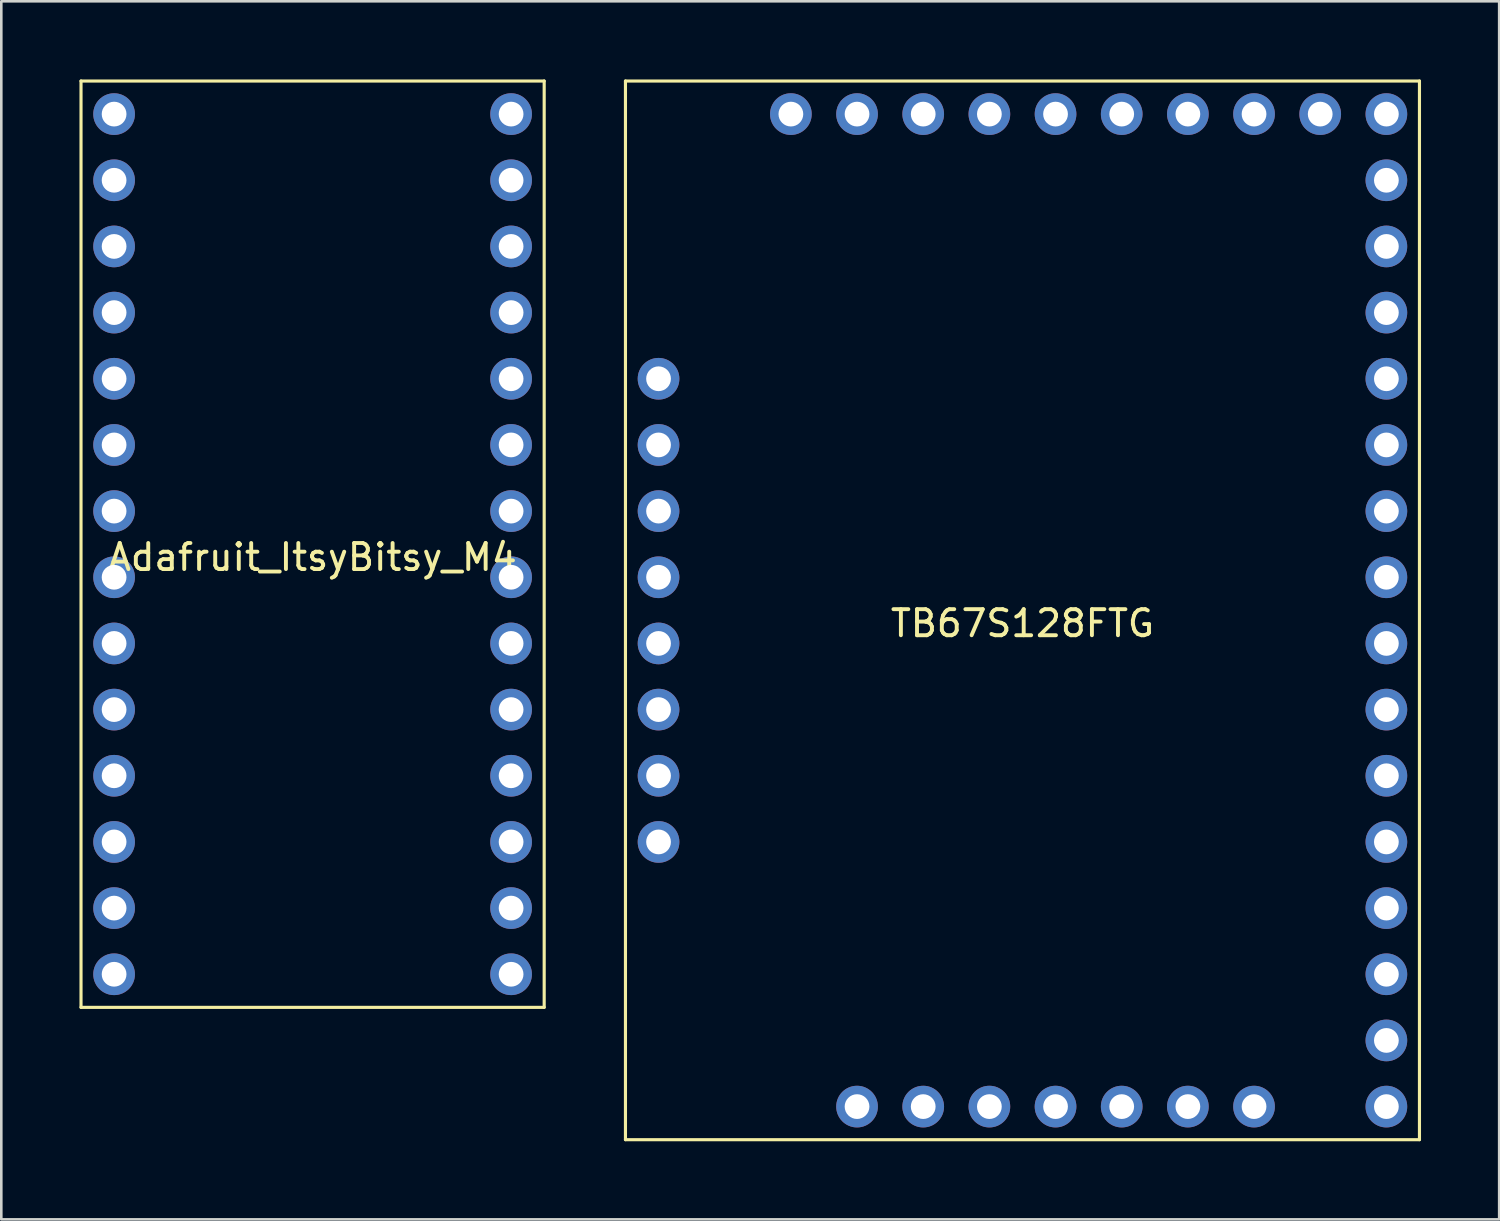
<source format=kicad_pcb>
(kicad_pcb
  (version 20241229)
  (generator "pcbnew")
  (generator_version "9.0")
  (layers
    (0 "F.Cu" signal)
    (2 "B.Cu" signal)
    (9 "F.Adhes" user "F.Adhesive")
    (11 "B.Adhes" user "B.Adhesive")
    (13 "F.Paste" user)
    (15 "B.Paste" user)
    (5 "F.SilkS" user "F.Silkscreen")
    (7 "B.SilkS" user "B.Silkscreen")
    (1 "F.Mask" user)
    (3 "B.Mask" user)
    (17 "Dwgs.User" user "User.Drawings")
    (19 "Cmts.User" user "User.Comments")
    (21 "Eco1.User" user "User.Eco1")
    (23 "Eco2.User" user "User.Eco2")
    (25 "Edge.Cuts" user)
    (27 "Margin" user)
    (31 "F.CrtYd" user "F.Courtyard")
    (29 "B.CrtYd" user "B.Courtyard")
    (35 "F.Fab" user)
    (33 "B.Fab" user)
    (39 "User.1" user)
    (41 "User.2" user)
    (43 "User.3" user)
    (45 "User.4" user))
  (footprint "TB67S128FTG"
    (layer "F.Cu")
    (at 36.2 3.87)
    (property "Reference" "TB67S128FTG" (at 0 17.01 0) (layer "F.SilkS") (effects (font (size 1 1) (thickness 0.15))))
    (attr through_hole)
    (fp_line (start -15.24 -3.81) (end 15.24 -3.81) (stroke (width 0.12) (type solid)) (layer "F.SilkS"))
    (fp_line (start -15.24 36.83) (end -15.24 -3.81) (stroke (width 0.12) (type solid)) (layer "F.SilkS"))
    (fp_line (start 15.24 -3.81) (end 15.24 36.83) (stroke (width 0.12) (type solid)) (layer "F.SilkS"))
    (fp_line (start 15.24 36.83) (end -15.24 36.83) (stroke (width 0.12) (type solid)) (layer "F.SilkS"))
    (pad "1" thru_hole circle (at -8.89 -2.54) (size 1.6 1.6) (drill 0.95) (layers "*.Cu" "*.Mask"))
    (pad "2" thru_hole circle (at -6.35 -2.54) (size 1.6 1.6) (drill 0.95) (layers "*.Cu" "*.Mask"))
    (pad "3" thru_hole circle (at -3.81 -2.54) (size 1.6 1.6) (drill 0.95) (layers "*.Cu" "*.Mask"))
    (pad "4" thru_hole circle (at -1.27 -2.54) (size 1.6 1.6) (drill 0.95) (layers "*.Cu" "*.Mask"))
    (pad "5" thru_hole circle (at 1.27 -2.54) (size 1.6 1.6) (drill 0.95) (layers "*.Cu" "*.Mask"))
    (pad "6" thru_hole circle (at 3.81 -2.54) (size 1.6 1.6) (drill 0.95) (layers "*.Cu" "*.Mask"))
    (pad "7" thru_hole circle (at 6.35 -2.54) (size 1.6 1.6) (drill 0.95) (layers "*.Cu" "*.Mask"))
    (pad "8" thru_hole circle (at 8.89 -2.54) (size 1.6 1.6) (drill 0.95) (layers "*.Cu" "*.Mask"))
    (pad "9" thru_hole circle (at 11.43 -2.54) (size 1.6 1.6) (drill 0.95) (layers "*.Cu" "*.Mask"))
    (pad "10" thru_hole circle (at 13.97 -2.54) (size 1.6 1.6) (drill 0.95) (layers "*.Cu" "*.Mask"))
    (pad "11" thru_hole circle (at 13.97 0) (size 1.6 1.6) (drill 0.95) (layers "*.Cu" "*.Mask"))
    (pad "12" thru_hole circle (at 13.97 2.54) (size 1.6 1.6) (drill 0.95) (layers "*.Cu" "*.Mask"))
    (pad "13" thru_hole circle (at 13.97 5.08) (size 1.6 1.6) (drill 0.95) (layers "*.Cu" "*.Mask"))
    (pad "14" thru_hole circle (at 13.97 7.62) (size 1.6 1.6) (drill 0.95) (layers "*.Cu" "*.Mask"))
    (pad "15" thru_hole circle (at 13.97 10.16) (size 1.6 1.6) (drill 0.95) (layers "*.Cu" "*.Mask"))
    (pad "16" thru_hole circle (at 13.97 12.7) (size 1.6 1.6) (drill 0.95) (layers "*.Cu" "*.Mask"))
    (pad "17" thru_hole circle (at 13.97 15.24) (size 1.6 1.6) (drill 0.95) (layers "*.Cu" "*.Mask"))
    (pad "18" thru_hole circle (at 13.97 17.78) (size 1.6 1.6) (drill 0.95) (layers "*.Cu" "*.Mask"))
    (pad "19" thru_hole circle (at 13.97 20.32) (size 1.6 1.6) (drill 0.95) (layers "*.Cu" "*.Mask"))
    (pad "20" thru_hole circle (at 13.97 22.86) (size 1.6 1.6) (drill 0.95) (layers "*.Cu" "*.Mask"))
    (pad "21" thru_hole circle (at 13.97 25.4) (size 1.6 1.6) (drill 0.95) (layers "*.Cu" "*.Mask"))
    (pad "22" thru_hole circle (at 13.97 27.94) (size 1.6 1.6) (drill 0.95) (layers "*.Cu" "*.Mask"))
    (pad "23" thru_hole circle (at 13.97 30.48) (size 1.6 1.6) (drill 0.95) (layers "*.Cu" "*.Mask"))
    (pad "24" thru_hole circle (at 13.97 33.02) (size 1.6 1.6) (drill 0.95) (layers "*.Cu" "*.Mask"))
    (pad "25" thru_hole circle (at 13.97 35.56) (size 1.6 1.6) (drill 0.95) (layers "*.Cu" "*.Mask"))
    (pad "26" thru_hole circle (at 8.89 35.56) (size 1.6 1.6) (drill 0.95) (layers "*.Cu" "*.Mask"))
    (pad "27" thru_hole circle (at 6.35 35.56) (size 1.6 1.6) (drill 0.95) (layers "*.Cu" "*.Mask"))
    (pad "28" thru_hole circle (at 3.81 35.56) (size 1.6 1.6) (drill 0.95) (layers "*.Cu" "*.Mask"))
    (pad "29" thru_hole circle (at 1.27 35.56) (size 1.6 1.6) (drill 0.95) (layers "*.Cu" "*.Mask"))
    (pad "30" thru_hole circle (at -1.27 35.56) (size 1.6 1.6) (drill 0.95) (layers "*.Cu" "*.Mask"))
    (pad "31" thru_hole circle (at -3.81 35.56) (size 1.6 1.6) (drill 0.95) (layers "*.Cu" "*.Mask"))
    (pad "32" thru_hole circle (at -6.35 35.56) (size 1.6 1.6) (drill 0.95) (layers "*.Cu" "*.Mask"))
    (pad "33" thru_hole circle (at -13.97 25.4) (size 1.6 1.6) (drill 0.95) (layers "*.Cu" "*.Mask"))
    (pad "34" thru_hole circle (at -13.97 22.86) (size 1.6 1.6) (drill 0.95) (layers "*.Cu" "*.Mask"))
    (pad "35" thru_hole circle (at -13.97 20.32) (size 1.6 1.6) (drill 0.95) (layers "*.Cu" "*.Mask"))
    (pad "36" thru_hole circle (at -13.97 17.78) (size 1.6 1.6) (drill 0.95) (layers "*.Cu" "*.Mask"))
    (pad "37" thru_hole circle (at -13.97 15.24) (size 1.6 1.6) (drill 0.95) (layers "*.Cu" "*.Mask"))
    (pad "38" thru_hole circle (at -13.97 12.7) (size 1.6 1.6) (drill 0.95) (layers "*.Cu" "*.Mask"))
    (pad "39" thru_hole circle (at -13.97 10.16) (size 1.6 1.6) (drill 0.95) (layers "*.Cu" "*.Mask"))
    (pad "40" thru_hole circle (at -13.97 7.62) (size 1.6 1.6) (drill 0.95) (layers "*.Cu" "*.Mask")))
  (footprint "Adafruit_ItsyBitsy_M4"
    (layer "F.Cu")
    (at 8.95 17.84)
    (property "Reference" "Adafruit_ItsyBitsy_M4" (at 0 0.5 0) (layer "F.SilkS") (effects (font (size 1 1) (thickness 0.15))))
    (attr through_hole)
    (fp_line (start -8.89 -17.78) (end -8.89 17.78) (stroke (width 0.12) (type solid)) (layer "F.SilkS"))
    (fp_line (start -8.89 -17.78) (end 8.89 -17.78) (stroke (width 0.12) (type solid)) (layer "F.SilkS"))
    (fp_line (start -8.89 17.78) (end 8.89 17.78) (stroke (width 0.12) (type solid)) (layer "F.SilkS"))
    (fp_line (start 8.89 -17.78) (end 8.89 17.78) (stroke (width 0.12) (type solid)) (layer "F.SilkS"))
    (pad "1" thru_hole circle (at -7.62 -16.51) (size 1.6 1.6) (drill 0.95) (layers "*.Cu" "*.Mask"))
    (pad "2" thru_hole circle (at -7.62 -13.97) (size 1.6 1.6) (drill 0.95) (layers "*.Cu" "*.Mask"))
    (pad "3" thru_hole circle (at -7.62 -11.43) (size 1.6 1.6) (drill 0.95) (layers "*.Cu" "*.Mask"))
    (pad "4" thru_hole circle (at -7.62 -8.89) (size 1.6 1.6) (drill 0.95) (layers "*.Cu" "*.Mask"))
    (pad "5" thru_hole circle (at -7.62 -6.35) (size 1.6 1.6) (drill 0.95) (layers "*.Cu" "*.Mask"))
    (pad "6" thru_hole circle (at -7.62 -3.81) (size 1.6 1.6) (drill 0.95) (layers "*.Cu" "*.Mask"))
    (pad "7" thru_hole circle (at -7.62 -1.27) (size 1.6 1.6) (drill 0.95) (layers "*.Cu" "*.Mask"))
    (pad "8" thru_hole circle (at -7.62 1.27) (size 1.6 1.6) (drill 0.95) (layers "*.Cu" "*.Mask"))
    (pad "9" thru_hole circle (at -7.62 3.81) (size 1.6 1.6) (drill 0.95) (layers "*.Cu" "*.Mask"))
    (pad "10" thru_hole circle (at -7.62 6.35) (size 1.6 1.6) (drill 0.95) (layers "*.Cu" "*.Mask"))
    (pad "11" thru_hole circle (at -7.62 8.89) (size 1.6 1.6) (drill 0.95) (layers "*.Cu" "*.Mask"))
    (pad "12" thru_hole circle (at -7.62 11.43) (size 1.6 1.6) (drill 0.95) (layers "*.Cu" "*.Mask"))
    (pad "13" thru_hole circle (at -7.62 13.97) (size 1.6 1.6) (drill 0.95) (layers "*.Cu" "*.Mask"))
    (pad "14" thru_hole circle (at -7.62 16.51) (size 1.6 1.6) (drill 0.95) (layers "*.Cu" "*.Mask"))
    (pad "15" thru_hole circle (at 7.62 16.51) (size 1.6 1.6) (drill 0.95) (layers "*.Cu" "*.Mask"))
    (pad "16" thru_hole circle (at 7.62 13.97) (size 1.6 1.6) (drill 0.95) (layers "*.Cu" "*.Mask"))
    (pad "17" thru_hole circle (at 7.62 11.43) (size 1.6 1.6) (drill 0.95) (layers "*.Cu" "*.Mask"))
    (pad "18" thru_hole circle (at 7.62 8.89) (size 1.6 1.6) (drill 0.95) (layers "*.Cu" "*.Mask"))
    (pad "19" thru_hole circle (at 7.62 6.35) (size 1.6 1.6) (drill 0.95) (layers "*.Cu" "*.Mask"))
    (pad "20" thru_hole circle (at 7.62 3.81) (size 1.6 1.6) (drill 0.95) (layers "*.Cu" "*.Mask"))
    (pad "21" thru_hole circle (at 7.62 1.27) (size 1.6 1.6) (drill 0.95) (layers "*.Cu" "*.Mask"))
    (pad "22" thru_hole circle (at 7.62 -1.27) (size 1.6 1.6) (drill 0.95) (layers "*.Cu" "*.Mask"))
    (pad "23" thru_hole circle (at 7.62 -3.81) (size 1.6 1.6) (drill 0.95) (layers "*.Cu" "*.Mask"))
    (pad "24" thru_hole circle (at 7.62 -6.35) (size 1.6 1.6) (drill 0.95) (layers "*.Cu" "*.Mask"))
    (pad "25" thru_hole circle (at 7.62 -8.89) (size 1.6 1.6) (drill 0.95) (layers "*.Cu" "*.Mask"))
    (pad "26" thru_hole circle (at 7.62 -11.43) (size 1.6 1.6) (drill 0.95) (layers "*.Cu" "*.Mask"))
    (pad "27" thru_hole circle (at 7.62 -13.97) (size 1.6 1.6) (drill 0.95) (layers "*.Cu" "*.Mask"))
    (pad "28" thru_hole circle (at 7.62 -16.51) (size 1.6 1.6) (drill 0.95) (layers "*.Cu" "*.Mask")))
  (gr_rect
    (start -3 -3)
    (end 54.5 43.76)
    (stroke (width 0.1) (type default))
    (fill no)
    (layer "Edge.Cuts")))
</source>
